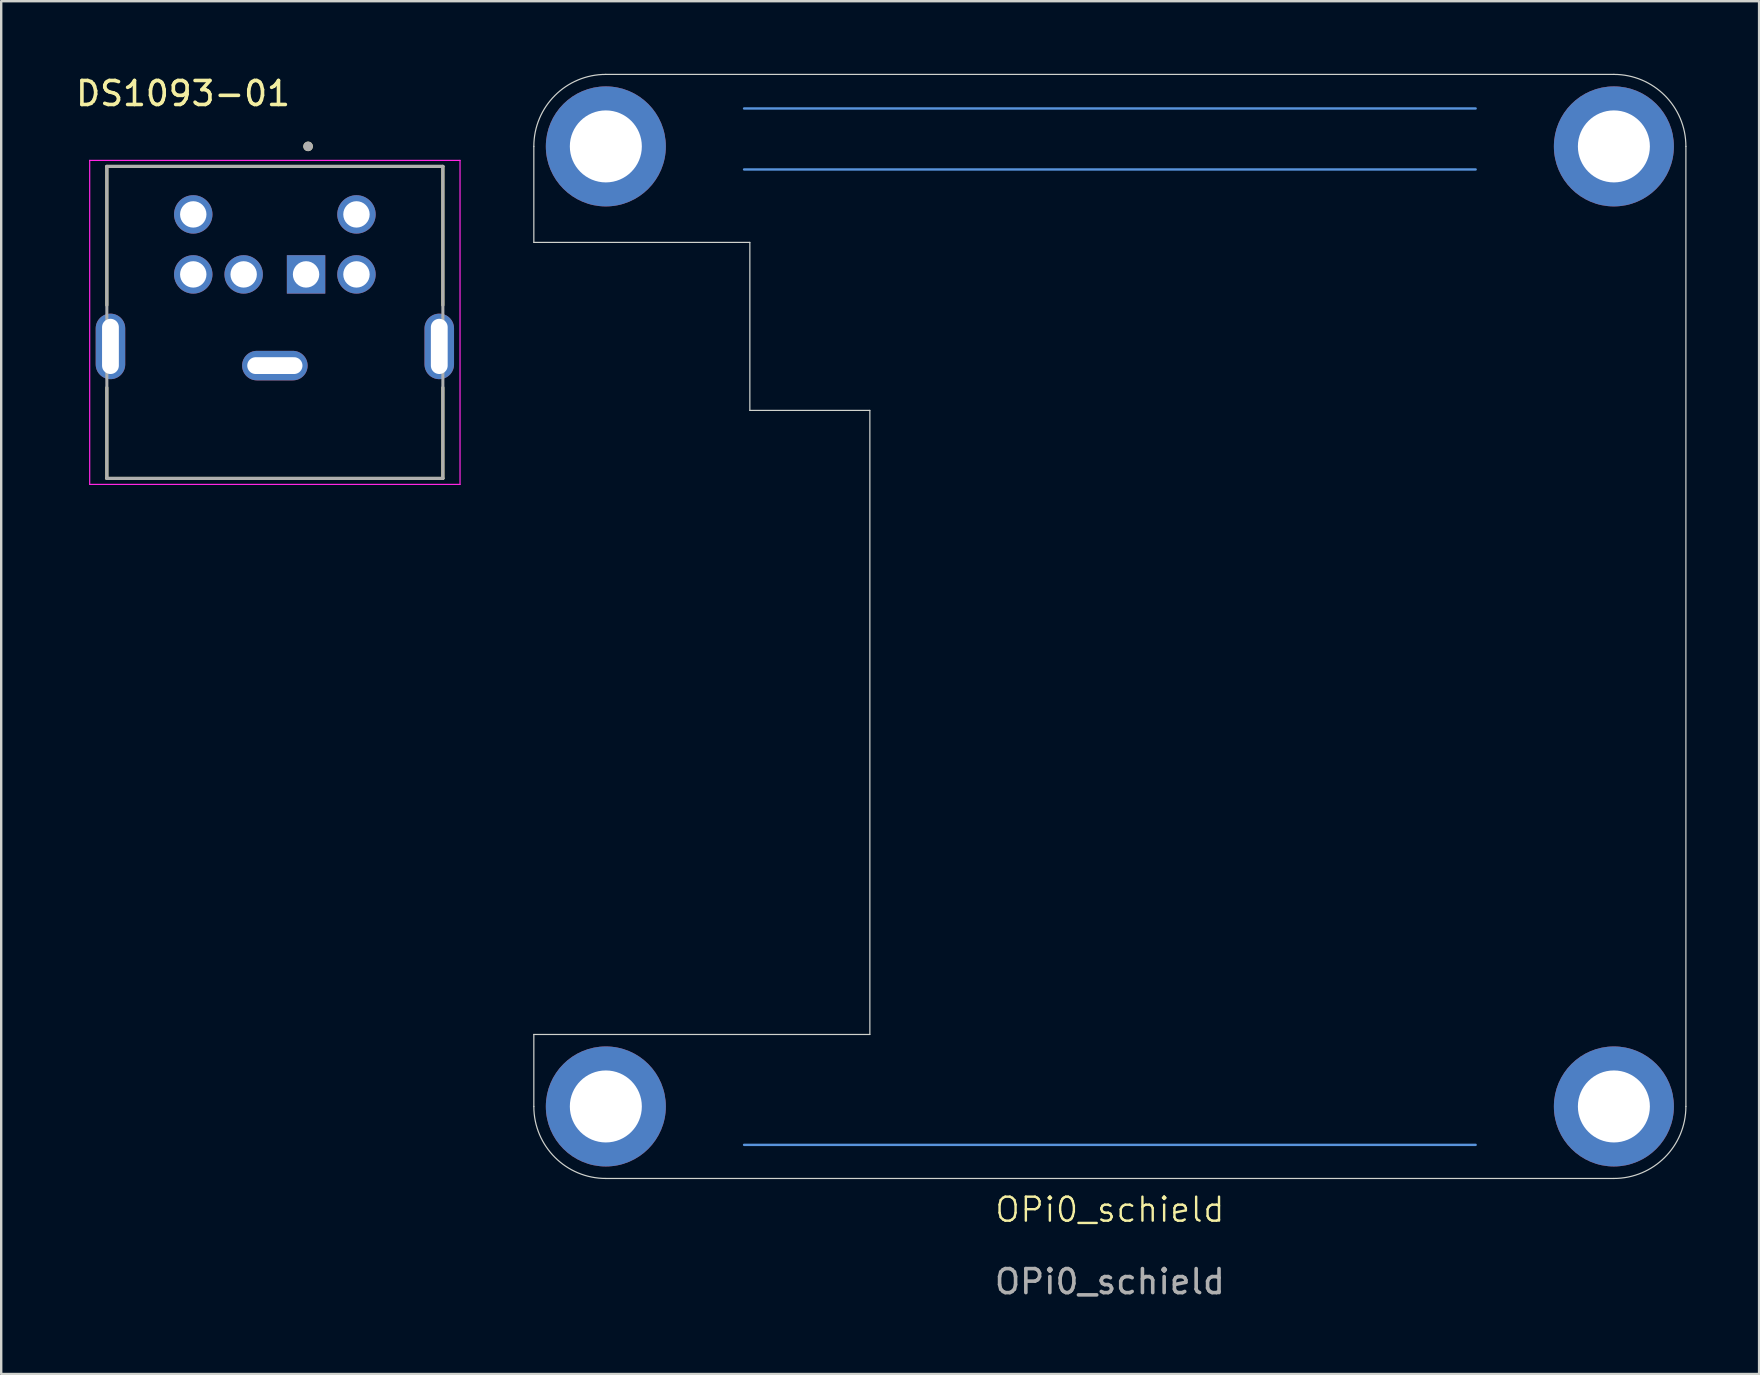
<source format=kicad_pcb>
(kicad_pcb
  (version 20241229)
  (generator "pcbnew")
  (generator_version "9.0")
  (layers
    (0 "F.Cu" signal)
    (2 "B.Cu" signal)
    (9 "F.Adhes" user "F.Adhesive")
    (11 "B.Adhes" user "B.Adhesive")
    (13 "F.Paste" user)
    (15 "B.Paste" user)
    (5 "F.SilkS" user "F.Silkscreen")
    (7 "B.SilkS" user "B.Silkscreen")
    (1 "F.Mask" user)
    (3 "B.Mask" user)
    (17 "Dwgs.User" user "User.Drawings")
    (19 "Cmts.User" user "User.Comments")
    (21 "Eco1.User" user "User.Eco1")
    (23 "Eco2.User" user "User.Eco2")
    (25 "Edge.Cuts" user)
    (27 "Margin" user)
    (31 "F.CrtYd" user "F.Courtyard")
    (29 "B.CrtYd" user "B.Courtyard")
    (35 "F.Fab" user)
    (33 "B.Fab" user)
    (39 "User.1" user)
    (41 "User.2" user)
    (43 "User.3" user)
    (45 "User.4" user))
  (footprint "DS1093-01"
    (layer "F.Cu")
    (at 8.402 12.183)
    (property "Reference" "DS1093-01" (at -3.825 -11.335 0) (layer "F.SilkS") (effects (font (size 1 1) (thickness 0.15))))
    (attr through_hole)
    (fp_line (start -7 -8.3) (end 7 -8.3) (stroke (width 0.127) (type solid)) (layer "F.SilkS"))
    (fp_line (start -7 -2.515) (end -7 -8.3) (stroke (width 0.127) (type solid)) (layer "F.SilkS"))
    (fp_line (start -7 4.7) (end -7 0.915) (stroke (width 0.127) (type solid)) (layer "F.SilkS"))
    (fp_line (start 7 -8.3) (end 7 -2.515) (stroke (width 0.127) (type solid)) (layer "F.SilkS"))
    (fp_line (start 7 4.7) (end -7 4.7) (stroke (width 0.127) (type solid)) (layer "F.SilkS"))
    (fp_line (start 7 4.7) (end 7 0.915) (stroke (width 0.127) (type solid)) (layer "F.SilkS"))
    (fp_circle (center 1.384 -9.134) (end 1.484 -9.134) (stroke (width 0.2) (type solid)) (fill no) (layer "F.SilkS"))
    (fp_line (start -7.715 -8.55) (end -7.715 4.95) (stroke (width 0.05) (type solid)) (layer "F.CrtYd"))
    (fp_line (start -7.715 4.95) (end 7.715 4.95) (stroke (width 0.05) (type solid)) (layer "F.CrtYd"))
    (fp_line (start 7.715 -8.55) (end -7.715 -8.55) (stroke (width 0.05) (type solid)) (layer "F.CrtYd"))
    (fp_line (start 7.715 4.95) (end 7.715 -8.55) (stroke (width 0.05) (type solid)) (layer "F.CrtYd"))
    (fp_line (start -7 -8.3) (end 7 -8.3) (stroke (width 0.127) (type solid)) (layer "F.Fab"))
    (fp_line (start -7 4.7) (end -7 -8.3) (stroke (width 0.127) (type solid)) (layer "F.Fab"))
    (fp_line (start 7 -8.3) (end 7 4.7) (stroke (width 0.127) (type solid)) (layer "F.Fab"))
    (fp_line (start 7 4.7) (end -7 4.7) (stroke (width 0.127) (type solid)) (layer "F.Fab"))
    (fp_circle (center 1.384 -9.134) (end 1.484 -9.134) (stroke (width 0.2) (type solid)) (fill no) (layer "F.Fab"))
    (pad "1" thru_hole rect (at 1.3 -3.8) (size 1.6 1.6) (drill 1.1) (layers "*.Cu" "*.Mask"))
    (pad "2" thru_hole circle (at -1.3 -3.8) (size 1.6 1.6) (drill 1.1) (layers "*.Cu" "*.Mask"))
    (pad "3" thru_hole circle (at 3.4 -3.8) (size 1.6 1.6) (drill 1.1) (layers "*.Cu" "*.Mask"))
    (pad "4" thru_hole circle (at -3.4 -3.8) (size 1.6 1.6) (drill 1.1) (layers "*.Cu" "*.Mask"))
    (pad "5" thru_hole circle (at 3.4 -6.3) (size 1.6 1.6) (drill 1.1) (layers "*.Cu" "*.Mask"))
    (pad "6" thru_hole circle (at -3.4 -6.3) (size 1.6 1.6) (drill 1.1) (layers "*.Cu" "*.Mask"))
    (pad "S1" thru_hole oval (at 0 0) (size 2.73 1.23) (drill oval 2.3 0.7) (layers "*.Cu" "*.Mask"))
    (pad "S2" thru_hole oval (at -6.85 -0.8) (size 1.23 2.73) (drill oval 0.7 2.3) (layers "*.Cu" "*.Mask"))
    (pad "S3" thru_hole oval (at 6.85 -0.8) (size 1.23 2.73) (drill oval 0.7 2.3) (layers "*.Cu" "*.Mask")))
  (footprint "OPi0_schield"
    (layer "F.Cu")
    (at 43.192 23.05)
    (property "Reference" "OPi0_schield" (at 0 24.3 0) (unlocked yes) (layer "F.SilkS") (effects (font (size 1 1) (thickness 0.1))))
    (attr through_hole)
    (fp_line (start -15.24 -21.58) (end 15.24 -21.58) (stroke (width 0.1) (type default)) (layer "Cmts.User"))
    (fp_line (start -15.24 21.6) (end 15.24 21.6) (stroke (width 0.1) (type default)) (layer "Cmts.User"))
    (fp_line (start 15.24 -19.04) (end -15.24 -19.04) (stroke (width 0.1) (type default)) (layer "Cmts.User"))
    (fp_line (start -24 -20) (end -24 -16) (stroke (width 0.05) (type default)) (layer "Edge.Cuts"))
    (fp_line (start -24 -16) (end -15 -16) (stroke (width 0.05) (type default)) (layer "Edge.Cuts"))
    (fp_line (start -24 17) (end -10 17) (stroke (width 0.05) (type default)) (layer "Edge.Cuts"))
    (fp_line (start -24 20) (end -24 17) (stroke (width 0.05) (type default)) (layer "Edge.Cuts"))
    (fp_line (start -15 -16) (end -15 -9) (stroke (width 0.05) (type default)) (layer "Edge.Cuts"))
    (fp_line (start -15 -9) (end -10 -9) (stroke (width 0.05) (type default)) (layer "Edge.Cuts"))
    (fp_line (start -10 -9) (end -10 17) (stroke (width 0.05) (type default)) (layer "Edge.Cuts"))
    (fp_line (start 21 -23) (end -21 -23) (stroke (width 0.05) (type default)) (layer "Edge.Cuts"))
    (fp_line (start 21 23) (end -21 23) (stroke (width 0.05) (type default)) (layer "Edge.Cuts"))
    (fp_line (start 24 -20) (end 24 20) (stroke (width 0.05) (type default)) (layer "Edge.Cuts"))
    (fp_arc (start -24 -20) (mid -23.12132 -22.12132) (end -21 -23) (stroke (width 0.05) (type default)) (layer "Edge.Cuts"))
    (fp_arc (start -21 23) (mid -23.12132 22.12132) (end -24 20) (stroke (width 0.05) (type default)) (layer "Edge.Cuts"))
    (fp_arc (start 21 -23) (mid 23.12132 -22.12132) (end 24 -20) (stroke (width 0.05) (type default)) (layer "Edge.Cuts"))
    (fp_arc (start 24 20) (mid 23.12132 22.12132) (end 21 23) (stroke (width 0.05) (type default)) (layer "Edge.Cuts"))
    (fp_rect (start -24 -23) (end 24 23) (stroke (width 0.1) (type default)) (fill no) (layer "User.2"))
    (fp_text user "${REFERENCE}" (at 0 27.3 0) (unlocked yes) (layer "F.Fab") (effects (font (size 1 1) (thickness 0.15))))
    (pad "MH" thru_hole circle (at -21 -20) (size 5 5) (drill 3) (layers "*.Cu" "*.Mask"))
    (pad "MH" thru_hole circle (at -21 20) (size 5 5) (drill 3) (layers "*.Cu" "*.Mask"))
    (pad "MH" thru_hole circle (at 21 -20) (size 5 5) (drill 3) (layers "*.Cu" "*.Mask"))
    (pad "MH" thru_hole circle (at 21 20) (size 5 5) (drill 3) (layers "*.Cu" "*.Mask"))
    (zone (net_name "") (layers "F.Cu" "B.Cu") (hatch edge 0.5) (connect_pads) (min_thickness 0.25) (filled_areas_thickness no) (keepout (tracks not_allowed) (vias not_allowed) (pads not_allowed) (copperpour not_allowed) (footprints not_allowed)) (placement (enabled no)) (fill) (polygon (pts (xy 19.192 7.05) (xy 28.192 7.05) (xy 28.192 14.05) (xy 33.192 14.05) (xy 33.192 40.05) (xy 19.192 40.05)))))
  (gr_rect
    (start -3 -3)
    (end 70.242 54.198)
    (stroke (width 0.1) (type default))
    (fill no)
    (layer "Edge.Cuts")))
</source>
